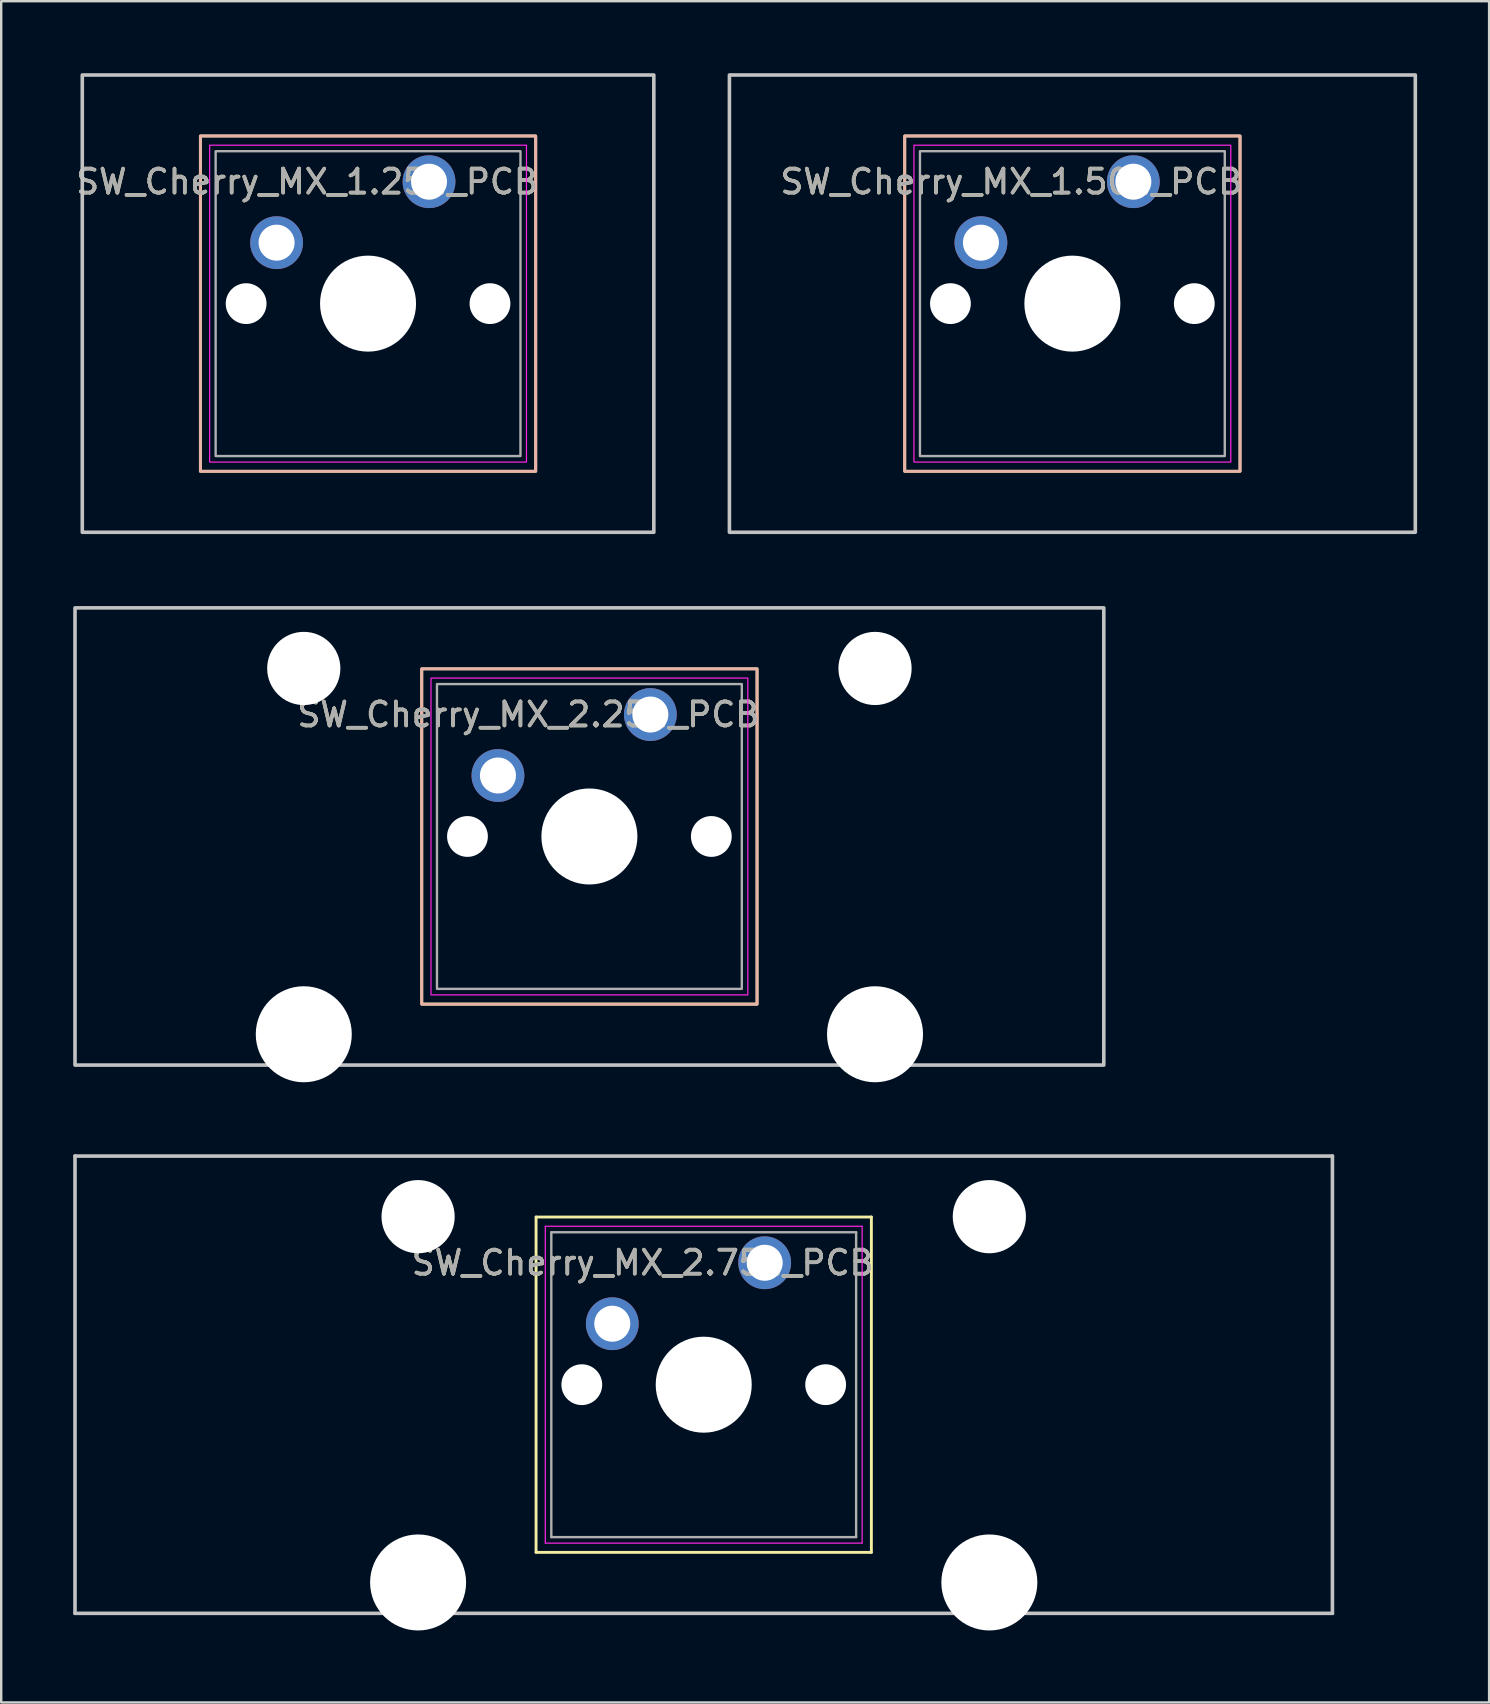
<source format=kicad_pcb>
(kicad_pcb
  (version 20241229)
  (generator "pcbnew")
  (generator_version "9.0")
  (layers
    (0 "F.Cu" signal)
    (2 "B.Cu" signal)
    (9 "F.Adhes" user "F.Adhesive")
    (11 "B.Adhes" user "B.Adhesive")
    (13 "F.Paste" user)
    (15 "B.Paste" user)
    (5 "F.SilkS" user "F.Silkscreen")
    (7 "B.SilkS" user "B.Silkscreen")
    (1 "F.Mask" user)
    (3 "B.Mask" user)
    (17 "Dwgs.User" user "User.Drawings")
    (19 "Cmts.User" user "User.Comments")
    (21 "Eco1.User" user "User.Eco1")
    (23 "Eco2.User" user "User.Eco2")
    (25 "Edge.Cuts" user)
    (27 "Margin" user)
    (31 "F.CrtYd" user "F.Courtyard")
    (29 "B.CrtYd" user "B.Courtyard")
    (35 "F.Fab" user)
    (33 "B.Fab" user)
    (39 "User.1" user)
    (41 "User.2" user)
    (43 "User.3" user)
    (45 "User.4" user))
  (footprint "SW_Cherry_MX_1.25u_PCB"
    (layer "F.Cu")
    (at 14.824 4.52)
    (property "Reference" "SW_Cherry_MX_1.25u_PCB" (at -5.08 0 0) (layer "F.SilkS") (effects (font (size 1 1) (thickness 0.15))))
    (attr through_hole)
    (fp_rect (start -9.525 -1.905) (end 4.445 12.065) (stroke (width 0.12) (type solid)) (fill no) (layer "F.SilkS"))
    (fp_rect (start -9.525 -1.905) (end 4.445 12.065) (stroke (width 0.12) (type solid)) (fill no) (layer "B.SilkS"))
    (fp_rect (start -14.446 -4.445) (end 9.366 14.605) (stroke (width 0.15) (type solid)) (fill no) (layer "Dwgs.User"))
    (fp_rect (start -9.14 -1.52) (end 4.06 11.68) (stroke (width 0.05) (type solid)) (fill no) (layer "F.CrtYd"))
    (fp_rect (start -8.89 -1.27) (end 3.81 11.43) (stroke (width 0.1) (type solid)) (fill no) (layer "F.Fab"))
    (fp_text user "${REFERENCE}" (at -5.08 0 0) (layer "F.Fab") (effects (font (size 1 1) (thickness 0.15))))
    (pad "" np_thru_hole circle (at -7.62 5.08) (size 1.7 1.7) (drill 1.7) (layers "*.Cu" "*.Mask"))
    (pad "" np_thru_hole circle (at -2.54 5.08) (size 4 4) (drill 4) (layers "*.Cu" "*.Mask"))
    (pad "" np_thru_hole circle (at 2.54 5.08) (size 1.7 1.7) (drill 1.7) (layers "*.Cu" "*.Mask"))
    (pad "1" thru_hole circle (at 0 0) (size 2.2 2.2) (drill 1.5) (layers "*.Cu" "*.Mask"))
    (pad "2" thru_hole circle (at -6.35 2.54) (size 2.2 2.2) (drill 1.5) (layers "*.Cu" "*.Mask")))
  (footprint "SW_Cherry_MX_1.50u_PCB"
    (layer "F.Cu")
    (at 44.168 4.52)
    (property "Reference" "SW_Cherry_MX_1.50u_PCB" (at -5.08 0 0) (layer "F.SilkS") (effects (font (size 1 1) (thickness 0.15))))
    (attr through_hole)
    (fp_rect (start -9.525 -1.905) (end 4.445 12.065) (stroke (width 0.12) (type solid)) (fill no) (layer "F.SilkS"))
    (fp_rect (start -9.525 -1.905) (end 4.445 12.065) (stroke (width 0.12) (type solid)) (fill no) (layer "B.SilkS"))
    (fp_rect (start -16.828 -4.445) (end 11.748 14.605) (stroke (width 0.15) (type solid)) (fill no) (layer "Dwgs.User"))
    (fp_rect (start -9.14 -1.52) (end 4.06 11.68) (stroke (width 0.05) (type solid)) (fill no) (layer "F.CrtYd"))
    (fp_rect (start -8.89 -1.27) (end 3.81 11.43) (stroke (width 0.1) (type solid)) (fill no) (layer "F.Fab"))
    (fp_text user "${REFERENCE}" (at -5.08 0 0) (layer "F.Fab") (effects (font (size 1 1) (thickness 0.15))))
    (pad "" np_thru_hole circle (at -7.62 5.08) (size 1.7 1.7) (drill 1.7) (layers "*.Cu" "*.Mask"))
    (pad "" np_thru_hole circle (at -2.54 5.08) (size 4 4) (drill 4) (layers "*.Cu" "*.Mask"))
    (pad "" np_thru_hole circle (at 2.54 5.08) (size 1.7 1.7) (drill 1.7) (layers "*.Cu" "*.Mask"))
    (pad "1" thru_hole circle (at 0 0) (size 2.2 2.2) (drill 1.5) (layers "*.Cu" "*.Mask"))
    (pad "2" thru_hole circle (at -6.35 2.54) (size 2.2 2.2) (drill 1.5) (layers "*.Cu" "*.Mask")))
  (footprint "SW_Cherry_MX_2.25u_PCB"
    (layer "F.Cu")
    (at 24.046 26.72)
    (property "Reference" "SW_Cherry_MX_2.25u_PCB" (at -5.08 0 0) (layer "F.SilkS") (effects (font (size 1 1) (thickness 0.15))))
    (attr through_hole)
    (fp_rect (start -9.525 -1.905) (end 4.445 12.065) (stroke (width 0.12) (type solid)) (fill no) (layer "F.SilkS"))
    (fp_rect (start -9.525 -1.905) (end 4.445 12.065) (stroke (width 0.12) (type solid)) (fill no) (layer "B.SilkS"))
    (fp_rect (start -23.971 -4.445) (end 18.891 14.605) (stroke (width 0.15) (type solid)) (fill no) (layer "Dwgs.User"))
    (fp_rect (start -9.14 -1.52) (end 4.06 11.68) (stroke (width 0.05) (type solid)) (fill no) (layer "F.CrtYd"))
    (fp_rect (start -8.89 -1.27) (end 3.81 11.43) (stroke (width 0.1) (type solid)) (fill no) (layer "F.Fab"))
    (fp_poly (pts (xy 5.984 7.374) (xy 4.457 7.374) (xy 4.457 12.074) (xy -9.546 12.074) (xy -9.546 7.374) (xy -11.073 7.374) (xy -11.073 11.844) (xy -12.798 11.844) (xy -12.798 12.826) (xy -16.1 12.826) (xy -16.1 11.844) (xy -17.824 11.844) (xy -17.824 5.572) (xy -18.65 5.572) (xy -18.65 2.772) (xy -17.824 2.772) (xy -17.824 -0.459) (xy -16.1 -0.459) (xy -16.1 -1.38) (xy -12.798 -1.38) (xy -12.798 -0.459) (xy -11.073 -0.459) (xy -11.073 2.772) (xy -9.546 2.772) (xy -9.546 -1.93) (xy 4.457 -1.93) (xy 4.457 2.772) (xy 5.984 2.772) (xy 5.984 -0.459) (xy 7.71 -0.459) (xy 7.71 -1.38) (xy 11.011 -1.38) (xy 11.011 -0.459) (xy 12.736 -0.459) (xy 12.736 2.772) (xy 13.562 2.772) (xy 13.562 5.572) (xy 12.736 5.572) (xy 12.736 11.844) (xy 11.011 11.844) (xy 11.011 12.826) (xy 7.71 12.826) (xy 7.71 11.844) (xy 5.984 11.844)) (stroke (width 0.053) (type solid)) (fill no) (layer "User.1"))
    (fp_text user "${REFERENCE}" (at -5.08 0 0) (layer "F.Fab") (effects (font (size 1 1) (thickness 0.15))))
    (pad "" np_thru_hole circle (at -14.44 -1.92) (size 3.05 3.05) (drill 3.05) (layers "*.Cu" "*.Mask"))
    (pad "" np_thru_hole circle (at -14.44 13.32) (size 4 4) (drill 4) (layers "*.Cu" "*.Mask"))
    (pad "" np_thru_hole circle (at -7.62 5.08) (size 1.7 1.7) (drill 1.7) (layers "*.Cu" "*.Mask"))
    (pad "" np_thru_hole circle (at -2.54 5.08) (size 4 4) (drill 4) (layers "*.Cu" "*.Mask"))
    (pad "" np_thru_hole circle (at 2.54 5.08) (size 1.7 1.7) (drill 1.7) (layers "*.Cu" "*.Mask"))
    (pad "" np_thru_hole circle (at 9.36 -1.92) (size 3.05 3.05) (drill 3.05) (layers "*.Cu" "*.Mask"))
    (pad "" np_thru_hole circle (at 9.36 13.32) (size 4 4) (drill 4) (layers "*.Cu" "*.Mask"))
    (pad "1" thru_hole circle (at 0 0) (size 2.2 2.2) (drill 1.5) (layers "*.Cu" "*.Mask"))
    (pad "2" thru_hole circle (at -6.35 2.54) (size 2.2 2.2) (drill 1.5) (layers "*.Cu" "*.Mask")))
  (footprint "SW_Cherry_MX_2.75u_PCB"
    (layer "F.Cu")
    (at 28.809 49.56)
    (property "Reference" "SW_Cherry_MX_2.75u_PCB" (at -5.08 0 0) (layer "F.SilkS") (effects (font (size 1 1) (thickness 0.15))))
    (attr through_hole)
    (fp_line (start -9.525 -1.905) (end 4.445 -1.905) (stroke (width 0.12) (type solid)) (layer "F.SilkS"))
    (fp_line (start -9.525 12.065) (end -9.525 -1.905) (stroke (width 0.12) (type solid)) (layer "F.SilkS"))
    (fp_line (start 4.445 -1.905) (end 4.445 12.065) (stroke (width 0.12) (type solid)) (layer "F.SilkS"))
    (fp_line (start 4.445 12.065) (end -9.525 12.065) (stroke (width 0.12) (type solid)) (layer "F.SilkS"))
    (fp_line (start -28.734 -4.445) (end 23.654 -4.445) (stroke (width 0.15) (type solid)) (layer "Dwgs.User"))
    (fp_line (start -28.734 14.605) (end -28.734 -4.445) (stroke (width 0.15) (type solid)) (layer "Dwgs.User"))
    (fp_line (start 23.654 -4.445) (end 23.654 14.605) (stroke (width 0.15) (type solid)) (layer "Dwgs.User"))
    (fp_line (start 23.654 14.605) (end -28.734 14.605) (stroke (width 0.15) (type solid)) (layer "Dwgs.User"))
    (fp_line (start -9.14 -1.52) (end 4.06 -1.52) (stroke (width 0.05) (type solid)) (layer "F.CrtYd"))
    (fp_line (start -9.14 11.68) (end -9.14 -1.52) (stroke (width 0.05) (type solid)) (layer "F.CrtYd"))
    (fp_line (start 4.06 -1.52) (end 4.06 11.68) (stroke (width 0.05) (type solid)) (layer "F.CrtYd"))
    (fp_line (start 4.06 11.68) (end -9.14 11.68) (stroke (width 0.05) (type solid)) (layer "F.CrtYd"))
    (fp_line (start -8.89 -1.27) (end 3.81 -1.27) (stroke (width 0.1) (type solid)) (layer "F.Fab"))
    (fp_line (start -8.89 11.43) (end -8.89 -1.27) (stroke (width 0.1) (type solid)) (layer "F.Fab"))
    (fp_line (start 3.81 -1.27) (end 3.81 11.43) (stroke (width 0.1) (type solid)) (layer "F.Fab"))
    (fp_line (start 3.81 11.43) (end -8.89 11.43) (stroke (width 0.1) (type solid)) (layer "F.Fab"))
    (fp_text user "${REFERENCE}" (at -5.08 0 0) (layer "F.Fab") (effects (font (size 1 1) (thickness 0.15))))
    (pad "" np_thru_hole circle (at -14.44 -1.92) (size 3.05 3.05) (drill 3.05) (layers "*.Cu" "*.Mask"))
    (pad "" np_thru_hole circle (at -14.44 13.32) (size 4 4) (drill 4) (layers "*.Cu" "*.Mask"))
    (pad "" np_thru_hole circle (at -7.62 5.08) (size 1.7 1.7) (drill 1.7) (layers "*.Cu" "*.Mask"))
    (pad "" np_thru_hole circle (at -2.54 5.08) (size 4 4) (drill 4) (layers "*.Cu" "*.Mask"))
    (pad "" np_thru_hole circle (at 2.54 5.08) (size 1.7 1.7) (drill 1.7) (layers "*.Cu" "*.Mask"))
    (pad "" np_thru_hole circle (at 9.36 -1.92) (size 3.05 3.05) (drill 3.05) (layers "*.Cu" "*.Mask"))
    (pad "" np_thru_hole circle (at 9.36 13.32) (size 4 4) (drill 4) (layers "*.Cu" "*.Mask"))
    (pad "1" thru_hole circle (at 0 0) (size 2.2 2.2) (drill 1.5) (layers "*.Cu" "*.Mask"))
    (pad "2" thru_hole circle (at -6.35 2.54) (size 2.2 2.2) (drill 1.5) (layers "*.Cu" "*.Mask")))
  (gr_rect
    (start -3 -3)
    (end 58.99 67.88)
    (stroke (width 0.1) (type default))
    (fill no)
    (layer "Edge.Cuts")))
</source>
